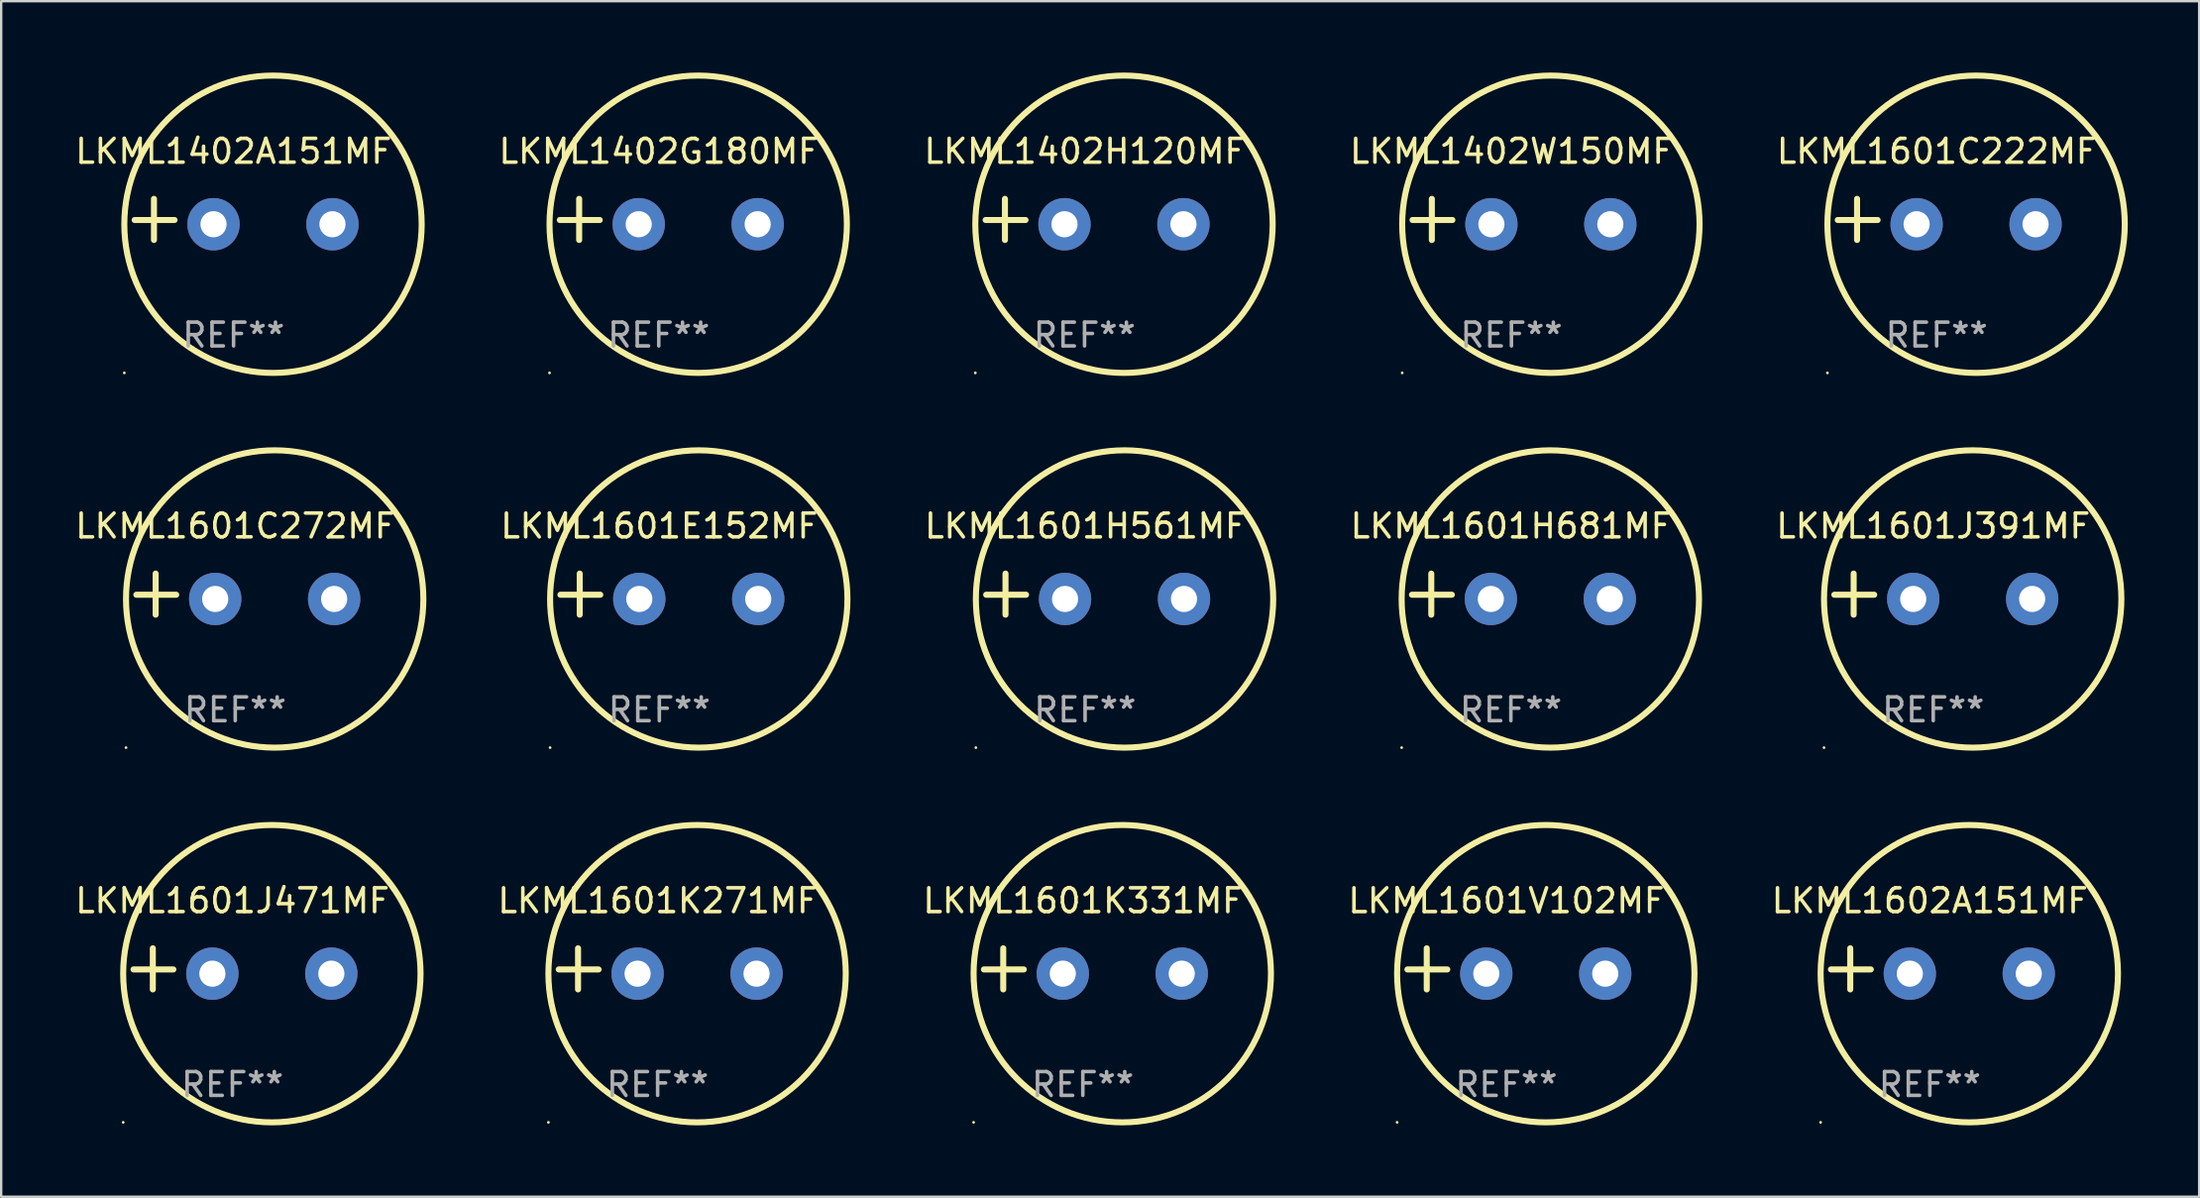
<source format=kicad_pcb>
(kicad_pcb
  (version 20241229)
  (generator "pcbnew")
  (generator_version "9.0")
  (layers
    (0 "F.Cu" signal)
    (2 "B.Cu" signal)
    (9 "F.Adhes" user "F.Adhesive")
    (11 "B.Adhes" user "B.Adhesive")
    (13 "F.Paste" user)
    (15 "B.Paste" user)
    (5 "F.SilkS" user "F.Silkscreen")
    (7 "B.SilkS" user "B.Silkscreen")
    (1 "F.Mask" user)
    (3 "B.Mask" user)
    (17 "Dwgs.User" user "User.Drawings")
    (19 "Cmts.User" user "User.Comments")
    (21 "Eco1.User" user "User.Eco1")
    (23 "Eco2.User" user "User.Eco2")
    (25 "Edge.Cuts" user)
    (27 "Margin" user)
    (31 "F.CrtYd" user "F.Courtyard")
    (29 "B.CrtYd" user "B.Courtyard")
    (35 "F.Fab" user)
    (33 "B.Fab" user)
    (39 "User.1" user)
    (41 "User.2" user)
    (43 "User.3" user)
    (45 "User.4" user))
  (footprint "LKML1602A151MF"
    (layer "F.Cu")
    (at 78.075 37.681)
    (property "Reference" "LKML1602A151MF" (at 0 -2.864 0) (layer "F.SilkS") (effects (font (size 1 1) (thickness 0.15))))
    (attr through_hole)
    (fp_line (start -3.346 0.864) (end -3.346 -0.864) (stroke (width 0.254) (type solid)) (layer "F.SilkS"))
    (fp_line (start -2.482 0.025) (end -4.158 0.025) (stroke (width 0.254) (type solid)) (layer "F.SilkS"))
    (fp_circle (center -4.592 6.453) (end -4.562 6.453) (stroke (width 0.06) (type solid)) (fill no) (layer "F.SilkS"))
    (fp_circle (center 1.658 0.203) (end 7.908 0.203) (stroke (width 0.254) (type solid)) (fill no) (layer "F.SilkS"))
    (fp_text user "REF**" (at 0 4.864 0) (layer "F.Fab") (effects (font (size 1 1) (thickness 0.15))))
    (pad "1" thru_hole circle (at -0.842 0.203) (size 2.2 2.2) (drill 1.1) (layers "*.Cu" "*.Mask"))
    (pad "2" thru_hole circle (at 4.158 0.203) (size 2.2 2.2) (drill 1.1) (layers "*.Cu" "*.Mask")))
  (footprint "LKML1601H681MF"
    (layer "F.Cu")
    (at 60.463 21.928)
    (property "Reference" "LKML1601H681MF" (at 0 -2.864 0) (layer "F.SilkS") (effects (font (size 1 1) (thickness 0.15))))
    (attr through_hole)
    (fp_line (start -3.346 0.864) (end -3.346 -0.864) (stroke (width 0.254) (type solid)) (layer "F.SilkS"))
    (fp_line (start -2.482 0.025) (end -4.158 0.025) (stroke (width 0.254) (type solid)) (layer "F.SilkS"))
    (fp_circle (center -4.592 6.453) (end -4.562 6.453) (stroke (width 0.06) (type solid)) (fill no) (layer "F.SilkS"))
    (fp_circle (center 1.658 0.203) (end 7.908 0.203) (stroke (width 0.254) (type solid)) (fill no) (layer "F.SilkS"))
    (fp_text user "REF**" (at 0 4.864 0) (layer "F.Fab") (effects (font (size 1 1) (thickness 0.15))))
    (pad "1" thru_hole circle (at -0.842 0.203) (size 2.2 2.2) (drill 1.1) (layers "*.Cu" "*.Mask"))
    (pad "2" thru_hole circle (at 4.158 0.203) (size 2.2 2.2) (drill 1.1) (layers "*.Cu" "*.Mask")))
  (footprint "LKML1601V102MF"
    (layer "F.Cu")
    (at 60.272 37.681)
    (property "Reference" "LKML1601V102MF" (at 0 -2.864 0) (layer "F.SilkS") (effects (font (size 1 1) (thickness 0.15))))
    (attr through_hole)
    (fp_line (start -3.346 0.864) (end -3.346 -0.864) (stroke (width 0.254) (type solid)) (layer "F.SilkS"))
    (fp_line (start -2.482 0.025) (end -4.158 0.025) (stroke (width 0.254) (type solid)) (layer "F.SilkS"))
    (fp_circle (center -4.592 6.453) (end -4.562 6.453) (stroke (width 0.06) (type solid)) (fill no) (layer "F.SilkS"))
    (fp_circle (center 1.658 0.203) (end 7.908 0.203) (stroke (width 0.254) (type solid)) (fill no) (layer "F.SilkS"))
    (fp_text user "REF**" (at 0 4.864 0) (layer "F.Fab") (effects (font (size 1 1) (thickness 0.15))))
    (pad "1" thru_hole circle (at -0.842 0.203) (size 2.2 2.2) (drill 1.1) (layers "*.Cu" "*.Mask"))
    (pad "2" thru_hole circle (at 4.158 0.203) (size 2.2 2.2) (drill 1.1) (layers "*.Cu" "*.Mask")))
  (footprint "LKML1402W150MF"
    (layer "F.Cu")
    (at 60.486 6.174)
    (property "Reference" "LKML1402W150MF" (at 0 -2.864 0) (layer "F.SilkS") (effects (font (size 1 1) (thickness 0.15))))
    (attr through_hole)
    (fp_line (start -3.346 0.864) (end -3.346 -0.864) (stroke (width 0.254) (type solid)) (layer "F.SilkS"))
    (fp_line (start -2.482 0.025) (end -4.158 0.025) (stroke (width 0.254) (type solid)) (layer "F.SilkS"))
    (fp_circle (center -4.592 6.453) (end -4.562 6.453) (stroke (width 0.06) (type solid)) (fill no) (layer "F.SilkS"))
    (fp_circle (center 1.658 0.203) (end 7.908 0.203) (stroke (width 0.254) (type solid)) (fill no) (layer "F.SilkS"))
    (fp_text user "REF**" (at 0 4.864 0) (layer "F.Fab") (effects (font (size 1 1) (thickness 0.15))))
    (pad "1" thru_hole circle (at -0.842 0.203) (size 2.2 2.2) (drill 1.1) (layers "*.Cu" "*.Mask"))
    (pad "2" thru_hole circle (at 4.158 0.203) (size 2.2 2.2) (drill 1.1) (layers "*.Cu" "*.Mask")))
  (footprint "LKML1402G180MF"
    (layer "F.Cu")
    (at 24.642 6.174)
    (property "Reference" "LKML1402G180MF" (at 0 -2.864 0) (layer "F.SilkS") (effects (font (size 1 1) (thickness 0.15))))
    (attr through_hole)
    (fp_line (start -3.346 0.864) (end -3.346 -0.864) (stroke (width 0.254) (type solid)) (layer "F.SilkS"))
    (fp_line (start -2.482 0.025) (end -4.158 0.025) (stroke (width 0.254) (type solid)) (layer "F.SilkS"))
    (fp_circle (center -4.592 6.453) (end -4.562 6.453) (stroke (width 0.06) (type solid)) (fill no) (layer "F.SilkS"))
    (fp_circle (center 1.658 0.203) (end 7.908 0.203) (stroke (width 0.254) (type solid)) (fill no) (layer "F.SilkS"))
    (fp_text user "REF**" (at 0 4.864 0) (layer "F.Fab") (effects (font (size 1 1) (thickness 0.15))))
    (pad "1" thru_hole circle (at -0.842 0.203) (size 2.2 2.2) (drill 1.1) (layers "*.Cu" "*.Mask"))
    (pad "2" thru_hole circle (at 4.158 0.203) (size 2.2 2.2) (drill 1.1) (layers "*.Cu" "*.Mask")))
  (footprint "LKML1601J471MF"
    (layer "F.Cu")
    (at 6.72 37.681)
    (property "Reference" "LKML1601J471MF" (at 0 -2.864 0) (layer "F.SilkS") (effects (font (size 1 1) (thickness 0.15))))
    (attr through_hole)
    (fp_line (start -3.346 0.864) (end -3.346 -0.864) (stroke (width 0.254) (type solid)) (layer "F.SilkS"))
    (fp_line (start -2.482 0.025) (end -4.158 0.025) (stroke (width 0.254) (type solid)) (layer "F.SilkS"))
    (fp_circle (center -4.592 6.453) (end -4.562 6.453) (stroke (width 0.06) (type solid)) (fill no) (layer "F.SilkS"))
    (fp_circle (center 1.658 0.203) (end 7.908 0.203) (stroke (width 0.254) (type solid)) (fill no) (layer "F.SilkS"))
    (fp_text user "REF**" (at 0 4.864 0) (layer "F.Fab") (effects (font (size 1 1) (thickness 0.15))))
    (pad "1" thru_hole circle (at -0.842 0.203) (size 2.2 2.2) (drill 1.1) (layers "*.Cu" "*.Mask"))
    (pad "2" thru_hole circle (at 4.158 0.203) (size 2.2 2.2) (drill 1.1) (layers "*.Cu" "*.Mask")))
  (footprint "LKML1402A151MF"
    (layer "F.Cu")
    (at 6.768 6.174)
    (property "Reference" "LKML1402A151MF" (at 0 -2.864 0) (layer "F.SilkS") (effects (font (size 1 1) (thickness 0.15))))
    (attr through_hole)
    (fp_line (start -3.346 0.864) (end -3.346 -0.864) (stroke (width 0.254) (type solid)) (layer "F.SilkS"))
    (fp_line (start -2.482 0.025) (end -4.158 0.025) (stroke (width 0.254) (type solid)) (layer "F.SilkS"))
    (fp_circle (center -4.592 6.453) (end -4.562 6.453) (stroke (width 0.06) (type solid)) (fill no) (layer "F.SilkS"))
    (fp_circle (center 1.658 0.203) (end 7.908 0.203) (stroke (width 0.254) (type solid)) (fill no) (layer "F.SilkS"))
    (fp_text user "REF**" (at 0 4.864 0) (layer "F.Fab") (effects (font (size 1 1) (thickness 0.15))))
    (pad "1" thru_hole circle (at -0.842 0.203) (size 2.2 2.2) (drill 1.1) (layers "*.Cu" "*.Mask"))
    (pad "2" thru_hole circle (at 4.158 0.203) (size 2.2 2.2) (drill 1.1) (layers "*.Cu" "*.Mask")))
  (footprint "LKML1601C272MF"
    (layer "F.Cu")
    (at 6.839 21.928)
    (property "Reference" "LKML1601C272MF" (at 0 -2.864 0) (layer "F.SilkS") (effects (font (size 1 1) (thickness 0.15))))
    (attr through_hole)
    (fp_line (start -3.346 0.864) (end -3.346 -0.864) (stroke (width 0.254) (type solid)) (layer "F.SilkS"))
    (fp_line (start -2.482 0.025) (end -4.158 0.025) (stroke (width 0.254) (type solid)) (layer "F.SilkS"))
    (fp_circle (center -4.592 6.453) (end -4.562 6.453) (stroke (width 0.06) (type solid)) (fill no) (layer "F.SilkS"))
    (fp_circle (center 1.658 0.203) (end 7.908 0.203) (stroke (width 0.254) (type solid)) (fill no) (layer "F.SilkS"))
    (fp_text user "REF**" (at 0 4.864 0) (layer "F.Fab") (effects (font (size 1 1) (thickness 0.15))))
    (pad "1" thru_hole circle (at -0.842 0.203) (size 2.2 2.2) (drill 1.1) (layers "*.Cu" "*.Mask"))
    (pad "2" thru_hole circle (at 4.158 0.203) (size 2.2 2.2) (drill 1.1) (layers "*.Cu" "*.Mask")))
  (footprint "LKML1601J391MF"
    (layer "F.Cu")
    (at 78.218 21.928)
    (property "Reference" "LKML1601J391MF" (at 0 -2.864 0) (layer "F.SilkS") (effects (font (size 1 1) (thickness 0.15))))
    (attr through_hole)
    (fp_line (start -3.346 0.864) (end -3.346 -0.864) (stroke (width 0.254) (type solid)) (layer "F.SilkS"))
    (fp_line (start -2.482 0.025) (end -4.158 0.025) (stroke (width 0.254) (type solid)) (layer "F.SilkS"))
    (fp_circle (center -4.592 6.453) (end -4.562 6.453) (stroke (width 0.06) (type solid)) (fill no) (layer "F.SilkS"))
    (fp_circle (center 1.658 0.203) (end 7.908 0.203) (stroke (width 0.254) (type solid)) (fill no) (layer "F.SilkS"))
    (fp_text user "REF**" (at 0 4.864 0) (layer "F.Fab") (effects (font (size 1 1) (thickness 0.15))))
    (pad "1" thru_hole circle (at -0.842 0.203) (size 2.2 2.2) (drill 1.1) (layers "*.Cu" "*.Mask"))
    (pad "2" thru_hole circle (at 4.158 0.203) (size 2.2 2.2) (drill 1.1) (layers "*.Cu" "*.Mask")))
  (footprint "LKML1601K331MF"
    (layer "F.Cu")
    (at 42.469 37.681)
    (property "Reference" "LKML1601K331MF" (at 0 -2.864 0) (layer "F.SilkS") (effects (font (size 1 1) (thickness 0.15))))
    (attr through_hole)
    (fp_line (start -3.346 0.864) (end -3.346 -0.864) (stroke (width 0.254) (type solid)) (layer "F.SilkS"))
    (fp_line (start -2.482 0.025) (end -4.158 0.025) (stroke (width 0.254) (type solid)) (layer "F.SilkS"))
    (fp_circle (center -4.592 6.453) (end -4.562 6.453) (stroke (width 0.06) (type solid)) (fill no) (layer "F.SilkS"))
    (fp_circle (center 1.658 0.203) (end 7.908 0.203) (stroke (width 0.254) (type solid)) (fill no) (layer "F.SilkS"))
    (fp_text user "REF**" (at 0 4.864 0) (layer "F.Fab") (effects (font (size 1 1) (thickness 0.15))))
    (pad "1" thru_hole circle (at -0.842 0.203) (size 2.2 2.2) (drill 1.1) (layers "*.Cu" "*.Mask"))
    (pad "2" thru_hole circle (at 4.158 0.203) (size 2.2 2.2) (drill 1.1) (layers "*.Cu" "*.Mask")))
  (footprint "LKML1601K271MF"
    (layer "F.Cu")
    (at 24.595 37.681)
    (property "Reference" "LKML1601K271MF" (at 0 -2.864 0) (layer "F.SilkS") (effects (font (size 1 1) (thickness 0.15))))
    (attr through_hole)
    (fp_line (start -3.346 0.864) (end -3.346 -0.864) (stroke (width 0.254) (type solid)) (layer "F.SilkS"))
    (fp_line (start -2.482 0.025) (end -4.158 0.025) (stroke (width 0.254) (type solid)) (layer "F.SilkS"))
    (fp_circle (center -4.592 6.453) (end -4.562 6.453) (stroke (width 0.06) (type solid)) (fill no) (layer "F.SilkS"))
    (fp_circle (center 1.658 0.203) (end 7.908 0.203) (stroke (width 0.254) (type solid)) (fill no) (layer "F.SilkS"))
    (fp_text user "REF**" (at 0 4.864 0) (layer "F.Fab") (effects (font (size 1 1) (thickness 0.15))))
    (pad "1" thru_hole circle (at -0.842 0.203) (size 2.2 2.2) (drill 1.1) (layers "*.Cu" "*.Mask"))
    (pad "2" thru_hole circle (at 4.158 0.203) (size 2.2 2.2) (drill 1.1) (layers "*.Cu" "*.Mask")))
  (footprint "LKML1601C222MF"
    (layer "F.Cu")
    (at 78.361 6.174)
    (property "Reference" "LKML1601C222MF" (at 0 -2.864 0) (layer "F.SilkS") (effects (font (size 1 1) (thickness 0.15))))
    (attr through_hole)
    (fp_line (start -3.346 0.864) (end -3.346 -0.864) (stroke (width 0.254) (type solid)) (layer "F.SilkS"))
    (fp_line (start -2.482 0.025) (end -4.158 0.025) (stroke (width 0.254) (type solid)) (layer "F.SilkS"))
    (fp_circle (center -4.592 6.453) (end -4.562 6.453) (stroke (width 0.06) (type solid)) (fill no) (layer "F.SilkS"))
    (fp_circle (center 1.658 0.203) (end 7.908 0.203) (stroke (width 0.254) (type solid)) (fill no) (layer "F.SilkS"))
    (fp_text user "REF**" (at 0 4.864 0) (layer "F.Fab") (effects (font (size 1 1) (thickness 0.15))))
    (pad "1" thru_hole circle (at -0.842 0.203) (size 2.2 2.2) (drill 1.1) (layers "*.Cu" "*.Mask"))
    (pad "2" thru_hole circle (at 4.158 0.203) (size 2.2 2.2) (drill 1.1) (layers "*.Cu" "*.Mask")))
  (footprint "LKML1601E152MF"
    (layer "F.Cu")
    (at 24.666 21.928)
    (property "Reference" "LKML1601E152MF" (at 0 -2.864 0) (layer "F.SilkS") (effects (font (size 1 1) (thickness 0.15))))
    (attr through_hole)
    (fp_line (start -3.346 0.864) (end -3.346 -0.864) (stroke (width 0.254) (type solid)) (layer "F.SilkS"))
    (fp_line (start -2.482 0.025) (end -4.158 0.025) (stroke (width 0.254) (type solid)) (layer "F.SilkS"))
    (fp_circle (center -4.592 6.453) (end -4.562 6.453) (stroke (width 0.06) (type solid)) (fill no) (layer "F.SilkS"))
    (fp_circle (center 1.658 0.203) (end 7.908 0.203) (stroke (width 0.254) (type solid)) (fill no) (layer "F.SilkS"))
    (fp_text user "REF**" (at 0 4.864 0) (layer "F.Fab") (effects (font (size 1 1) (thickness 0.15))))
    (pad "1" thru_hole circle (at -0.842 0.203) (size 2.2 2.2) (drill 1.1) (layers "*.Cu" "*.Mask"))
    (pad "2" thru_hole circle (at 4.158 0.203) (size 2.2 2.2) (drill 1.1) (layers "*.Cu" "*.Mask")))
  (footprint "LKML1402H120MF"
    (layer "F.Cu")
    (at 42.541 6.174)
    (property "Reference" "LKML1402H120MF" (at 0 -2.864 0) (layer "F.SilkS") (effects (font (size 1 1) (thickness 0.15))))
    (attr through_hole)
    (fp_line (start -3.346 0.864) (end -3.346 -0.864) (stroke (width 0.254) (type solid)) (layer "F.SilkS"))
    (fp_line (start -2.482 0.025) (end -4.158 0.025) (stroke (width 0.254) (type solid)) (layer "F.SilkS"))
    (fp_circle (center -4.592 6.453) (end -4.562 6.453) (stroke (width 0.06) (type solid)) (fill no) (layer "F.SilkS"))
    (fp_circle (center 1.658 0.203) (end 7.908 0.203) (stroke (width 0.254) (type solid)) (fill no) (layer "F.SilkS"))
    (fp_text user "REF**" (at 0 4.864 0) (layer "F.Fab") (effects (font (size 1 1) (thickness 0.15))))
    (pad "1" thru_hole circle (at -0.842 0.203) (size 2.2 2.2) (drill 1.1) (layers "*.Cu" "*.Mask"))
    (pad "2" thru_hole circle (at 4.158 0.203) (size 2.2 2.2) (drill 1.1) (layers "*.Cu" "*.Mask")))
  (footprint "LKML1601H561MF"
    (layer "F.Cu")
    (at 42.564 21.928)
    (property "Reference" "LKML1601H561MF" (at 0 -2.864 0) (layer "F.SilkS") (effects (font (size 1 1) (thickness 0.15))))
    (attr through_hole)
    (fp_line (start -3.346 0.864) (end -3.346 -0.864) (stroke (width 0.254) (type solid)) (layer "F.SilkS"))
    (fp_line (start -2.482 0.025) (end -4.158 0.025) (stroke (width 0.254) (type solid)) (layer "F.SilkS"))
    (fp_circle (center -4.592 6.453) (end -4.562 6.453) (stroke (width 0.06) (type solid)) (fill no) (layer "F.SilkS"))
    (fp_circle (center 1.658 0.203) (end 7.908 0.203) (stroke (width 0.254) (type solid)) (fill no) (layer "F.SilkS"))
    (fp_text user "REF**" (at 0 4.864 0) (layer "F.Fab") (effects (font (size 1 1) (thickness 0.15))))
    (pad "1" thru_hole circle (at -0.842 0.203) (size 2.2 2.2) (drill 1.1) (layers "*.Cu" "*.Mask"))
    (pad "2" thru_hole circle (at 4.158 0.203) (size 2.2 2.2) (drill 1.1) (layers "*.Cu" "*.Mask")))
  (gr_rect
    (start -3 -3)
    (end 89.396 47.262)
    (stroke (width 0.1) (type default))
    (fill no)
    (layer "Edge.Cuts")))
</source>
